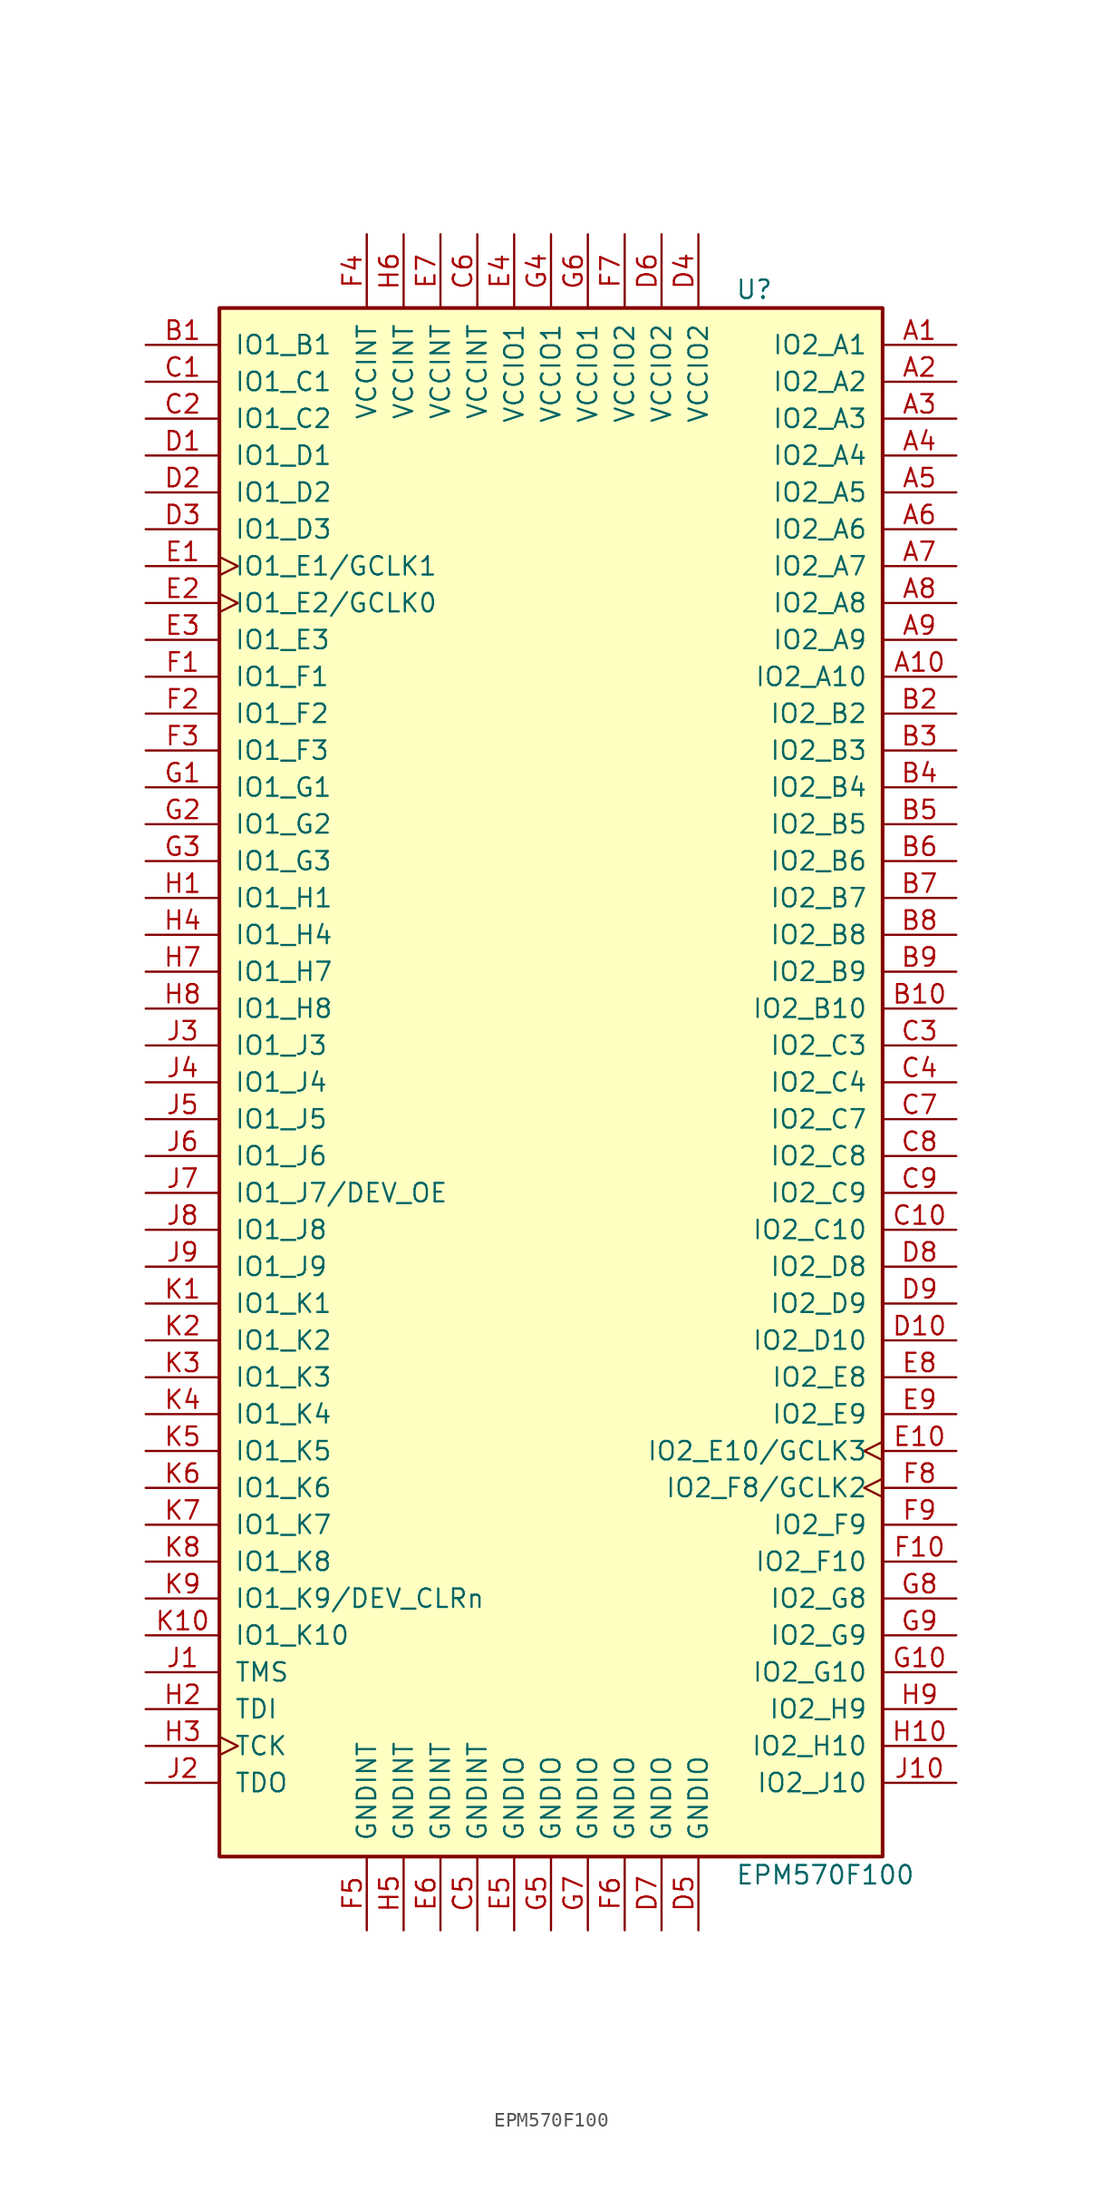
<source format=kicad_sym>
(kicad_symbol_lib
  (version 20211014)
  (generator kicad_symbol_editor)
  (symbol "EPM570F100"
    (pin_names
      (offset 1.016))
    (property "Reference" "U"
      (at 12.7 54.61 0)
      (effects (font (size 1.27 1.27)) (justify left)))
    (property "Value" "EPM570F100"
      (at 12.7 -54.61 0)
      (effects (font (size 1.27 1.27)) (justify left)))
    (property "ki_locked" ""
      (at 0 0 0)
      (effects (font (size 1.27 1.27))))
    (symbol "EPM570F100_1_1"
      (rectangle (start -22.86 53.34) (end 22.86 -53.34) (stroke (width 0.254) (type default) (color 0 0 0 0)) (fill (type background)))
      (pin bidirectional line (at 27.94 50.8 180) (length 5.08) (name "IO2_A1" (effects (font (size 1.27 1.27)))) (number "A1" (effects (font (size 1.27 1.27)))))
      (pin bidirectional line (at 27.94 27.94 180) (length 5.08) (name "IO2_A10" (effects (font (size 1.27 1.27)))) (number "A10" (effects (font (size 1.27 1.27)))))
      (pin bidirectional line (at 27.94 48.26 180) (length 5.08) (name "IO2_A2" (effects (font (size 1.27 1.27)))) (number "A2" (effects (font (size 1.27 1.27)))))
      (pin bidirectional line (at 27.94 45.72 180) (length 5.08) (name "IO2_A3" (effects (font (size 1.27 1.27)))) (number "A3" (effects (font (size 1.27 1.27)))))
      (pin bidirectional line (at 27.94 43.18 180) (length 5.08) (name "IO2_A4" (effects (font (size 1.27 1.27)))) (number "A4" (effects (font (size 1.27 1.27)))))
      (pin bidirectional line (at 27.94 40.64 180) (length 5.08) (name "IO2_A5" (effects (font (size 1.27 1.27)))) (number "A5" (effects (font (size 1.27 1.27)))))
      (pin bidirectional line (at 27.94 38.1 180) (length 5.08) (name "IO2_A6" (effects (font (size 1.27 1.27)))) (number "A6" (effects (font (size 1.27 1.27)))))
      (pin bidirectional line (at 27.94 35.56 180) (length 5.08) (name "IO2_A7" (effects (font (size 1.27 1.27)))) (number "A7" (effects (font (size 1.27 1.27)))))
      (pin bidirectional line (at 27.94 33.02 180) (length 5.08) (name "IO2_A8" (effects (font (size 1.27 1.27)))) (number "A8" (effects (font (size 1.27 1.27)))))
      (pin bidirectional line (at 27.94 30.48 180) (length 5.08) (name "IO2_A9" (effects (font (size 1.27 1.27)))) (number "A9" (effects (font (size 1.27 1.27)))))
      (pin bidirectional line (at -27.94 50.8 0) (length 5.08) (name "IO1_B1" (effects (font (size 1.27 1.27)))) (number "B1" (effects (font (size 1.27 1.27)))))
      (pin bidirectional line (at 27.94 5.08 180) (length 5.08) (name "IO2_B10" (effects (font (size 1.27 1.27)))) (number "B10" (effects (font (size 1.27 1.27)))))
      (pin bidirectional line (at 27.94 25.4 180) (length 5.08) (name "IO2_B2" (effects (font (size 1.27 1.27)))) (number "B2" (effects (font (size 1.27 1.27)))))
      (pin bidirectional line (at 27.94 22.86 180) (length 5.08) (name "IO2_B3" (effects (font (size 1.27 1.27)))) (number "B3" (effects (font (size 1.27 1.27)))))
      (pin bidirectional line (at 27.94 20.32 180) (length 5.08) (name "IO2_B4" (effects (font (size 1.27 1.27)))) (number "B4" (effects (font (size 1.27 1.27)))))
      (pin bidirectional line (at 27.94 17.78 180) (length 5.08) (name "IO2_B5" (effects (font (size 1.27 1.27)))) (number "B5" (effects (font (size 1.27 1.27)))))
      (pin bidirectional line (at 27.94 15.24 180) (length 5.08) (name "IO2_B6" (effects (font (size 1.27 1.27)))) (number "B6" (effects (font (size 1.27 1.27)))))
      (pin bidirectional line (at 27.94 12.7 180) (length 5.08) (name "IO2_B7" (effects (font (size 1.27 1.27)))) (number "B7" (effects (font (size 1.27 1.27)))))
      (pin bidirectional line (at 27.94 10.16 180) (length 5.08) (name "IO2_B8" (effects (font (size 1.27 1.27)))) (number "B8" (effects (font (size 1.27 1.27)))))
      (pin bidirectional line (at 27.94 7.62 180) (length 5.08) (name "IO2_B9" (effects (font (size 1.27 1.27)))) (number "B9" (effects (font (size 1.27 1.27)))))
      (pin bidirectional line (at -27.94 48.26 0) (length 5.08) (name "IO1_C1" (effects (font (size 1.27 1.27)))) (number "C1" (effects (font (size 1.27 1.27)))))
      (pin bidirectional line (at 27.94 -10.16 180) (length 5.08) (name "IO2_C10" (effects (font (size 1.27 1.27)))) (number "C10" (effects (font (size 1.27 1.27)))))
      (pin bidirectional line (at -27.94 45.72 0) (length 5.08) (name "IO1_C2" (effects (font (size 1.27 1.27)))) (number "C2" (effects (font (size 1.27 1.27)))))
      (pin bidirectional line (at 27.94 2.54 180) (length 5.08) (name "IO2_C3" (effects (font (size 1.27 1.27)))) (number "C3" (effects (font (size 1.27 1.27)))))
      (pin bidirectional line (at 27.94 0 180) (length 5.08) (name "IO2_C4" (effects (font (size 1.27 1.27)))) (number "C4" (effects (font (size 1.27 1.27)))))
      (pin power_in line (at -5.08 -58.42 90) (length 5.08) (name "GNDINT" (effects (font (size 1.27 1.27)))) (number "C5" (effects (font (size 1.27 1.27)))))
      (pin power_in line (at -5.08 58.42 270) (length 5.08) (name "VCCINT" (effects (font (size 1.27 1.27)))) (number "C6" (effects (font (size 1.27 1.27)))))
      (pin bidirectional line (at 27.94 -2.54 180) (length 5.08) (name "IO2_C7" (effects (font (size 1.27 1.27)))) (number "C7" (effects (font (size 1.27 1.27)))))
      (pin bidirectional line (at 27.94 -5.08 180) (length 5.08) (name "IO2_C8" (effects (font (size 1.27 1.27)))) (number "C8" (effects (font (size 1.27 1.27)))))
      (pin bidirectional line (at 27.94 -7.62 180) (length 5.08) (name "IO2_C9" (effects (font (size 1.27 1.27)))) (number "C9" (effects (font (size 1.27 1.27)))))
      (pin bidirectional line (at -27.94 43.18 0) (length 5.08) (name "IO1_D1" (effects (font (size 1.27 1.27)))) (number "D1" (effects (font (size 1.27 1.27)))))
      (pin bidirectional line (at 27.94 -17.78 180) (length 5.08) (name "IO2_D10" (effects (font (size 1.27 1.27)))) (number "D10" (effects (font (size 1.27 1.27)))))
      (pin bidirectional line (at -27.94 40.64 0) (length 5.08) (name "IO1_D2" (effects (font (size 1.27 1.27)))) (number "D2" (effects (font (size 1.27 1.27)))))
      (pin bidirectional line (at -27.94 38.1 0) (length 5.08) (name "IO1_D3" (effects (font (size 1.27 1.27)))) (number "D3" (effects (font (size 1.27 1.27)))))
      (pin power_in line (at 10.16 58.42 270) (length 5.08) (name "VCCIO2" (effects (font (size 1.27 1.27)))) (number "D4" (effects (font (size 1.27 1.27)))))
      (pin power_in line (at 10.16 -58.42 90) (length 5.08) (name "GNDIO" (effects (font (size 1.27 1.27)))) (number "D5" (effects (font (size 1.27 1.27)))))
      (pin power_in line (at 7.62 58.42 270) (length 5.08) (name "VCCIO2" (effects (font (size 1.27 1.27)))) (number "D6" (effects (font (size 1.27 1.27)))))
      (pin power_in line (at 7.62 -58.42 90) (length 5.08) (name "GNDIO" (effects (font (size 1.27 1.27)))) (number "D7" (effects (font (size 1.27 1.27)))))
      (pin bidirectional line (at 27.94 -12.7 180) (length 5.08) (name "IO2_D8" (effects (font (size 1.27 1.27)))) (number "D8" (effects (font (size 1.27 1.27)))))
      (pin bidirectional line (at 27.94 -15.24 180) (length 5.08) (name "IO2_D9" (effects (font (size 1.27 1.27)))) (number "D9" (effects (font (size 1.27 1.27)))))
      (pin bidirectional clock (at -27.94 35.56 0) (length 5.08) (name "IO1_E1/GCLK1" (effects (font (size 1.27 1.27)))) (number "E1" (effects (font (size 1.27 1.27)))))
      (pin bidirectional clock (at 27.94 -25.4 180) (length 5.08) (name "IO2_E10/GCLK3" (effects (font (size 1.27 1.27)))) (number "E10" (effects (font (size 1.27 1.27)))))
      (pin bidirectional clock (at -27.94 33.02 0) (length 5.08) (name "IO1_E2/GCLK0" (effects (font (size 1.27 1.27)))) (number "E2" (effects (font (size 1.27 1.27)))))
      (pin bidirectional line (at -27.94 30.48 0) (length 5.08) (name "IO1_E3" (effects (font (size 1.27 1.27)))) (number "E3" (effects (font (size 1.27 1.27)))))
      (pin power_in line (at -2.54 58.42 270) (length 5.08) (name "VCCIO1" (effects (font (size 1.27 1.27)))) (number "E4" (effects (font (size 1.27 1.27)))))
      (pin power_in line (at -2.54 -58.42 90) (length 5.08) (name "GNDIO" (effects (font (size 1.27 1.27)))) (number "E5" (effects (font (size 1.27 1.27)))))
      (pin power_in line (at -7.62 -58.42 90) (length 5.08) (name "GNDINT" (effects (font (size 1.27 1.27)))) (number "E6" (effects (font (size 1.27 1.27)))))
      (pin power_in line (at -7.62 58.42 270) (length 5.08) (name "VCCINT" (effects (font (size 1.27 1.27)))) (number "E7" (effects (font (size 1.27 1.27)))))
      (pin bidirectional line (at 27.94 -20.32 180) (length 5.08) (name "IO2_E8" (effects (font (size 1.27 1.27)))) (number "E8" (effects (font (size 1.27 1.27)))))
      (pin bidirectional line (at 27.94 -22.86 180) (length 5.08) (name "IO2_E9" (effects (font (size 1.27 1.27)))) (number "E9" (effects (font (size 1.27 1.27)))))
      (pin bidirectional line (at -27.94 27.94 0) (length 5.08) (name "IO1_F1" (effects (font (size 1.27 1.27)))) (number "F1" (effects (font (size 1.27 1.27)))))
      (pin bidirectional line (at 27.94 -33.02 180) (length 5.08) (name "IO2_F10" (effects (font (size 1.27 1.27)))) (number "F10" (effects (font (size 1.27 1.27)))))
      (pin bidirectional line (at -27.94 25.4 0) (length 5.08) (name "IO1_F2" (effects (font (size 1.27 1.27)))) (number "F2" (effects (font (size 1.27 1.27)))))
      (pin bidirectional line (at -27.94 22.86 0) (length 5.08) (name "IO1_F3" (effects (font (size 1.27 1.27)))) (number "F3" (effects (font (size 1.27 1.27)))))
      (pin power_in line (at -12.7 58.42 270) (length 5.08) (name "VCCINT" (effects (font (size 1.27 1.27)))) (number "F4" (effects (font (size 1.27 1.27)))))
      (pin power_in line (at -12.7 -58.42 90) (length 5.08) (name "GNDINT" (effects (font (size 1.27 1.27)))) (number "F5" (effects (font (size 1.27 1.27)))))
      (pin power_in line (at 5.08 -58.42 90) (length 5.08) (name "GNDIO" (effects (font (size 1.27 1.27)))) (number "F6" (effects (font (size 1.27 1.27)))))
      (pin power_in line (at 5.08 58.42 270) (length 5.08) (name "VCCIO2" (effects (font (size 1.27 1.27)))) (number "F7" (effects (font (size 1.27 1.27)))))
      (pin bidirectional clock (at 27.94 -27.94 180) (length 5.08) (name "IO2_F8/GCLK2" (effects (font (size 1.27 1.27)))) (number "F8" (effects (font (size 1.27 1.27)))))
      (pin bidirectional line (at 27.94 -30.48 180) (length 5.08) (name "IO2_F9" (effects (font (size 1.27 1.27)))) (number "F9" (effects (font (size 1.27 1.27)))))
      (pin bidirectional line (at -27.94 20.32 0) (length 5.08) (name "IO1_G1" (effects (font (size 1.27 1.27)))) (number "G1" (effects (font (size 1.27 1.27)))))
      (pin bidirectional line (at 27.94 -40.64 180) (length 5.08) (name "IO2_G10" (effects (font (size 1.27 1.27)))) (number "G10" (effects (font (size 1.27 1.27)))))
      (pin bidirectional line (at -27.94 17.78 0) (length 5.08) (name "IO1_G2" (effects (font (size 1.27 1.27)))) (number "G2" (effects (font (size 1.27 1.27)))))
      (pin bidirectional line (at -27.94 15.24 0) (length 5.08) (name "IO1_G3" (effects (font (size 1.27 1.27)))) (number "G3" (effects (font (size 1.27 1.27)))))
      (pin power_in line (at 0 58.42 270) (length 5.08) (name "VCCIO1" (effects (font (size 1.27 1.27)))) (number "G4" (effects (font (size 1.27 1.27)))))
      (pin power_in line (at 0 -58.42 90) (length 5.08) (name "GNDIO" (effects (font (size 1.27 1.27)))) (number "G5" (effects (font (size 1.27 1.27)))))
      (pin power_in line (at 2.54 58.42 270) (length 5.08) (name "VCCIO1" (effects (font (size 1.27 1.27)))) (number "G6" (effects (font (size 1.27 1.27)))))
      (pin power_in line (at 2.54 -58.42 90) (length 5.08) (name "GNDIO" (effects (font (size 1.27 1.27)))) (number "G7" (effects (font (size 1.27 1.27)))))
      (pin bidirectional line (at 27.94 -35.56 180) (length 5.08) (name "IO2_G8" (effects (font (size 1.27 1.27)))) (number "G8" (effects (font (size 1.27 1.27)))))
      (pin bidirectional line (at 27.94 -38.1 180) (length 5.08) (name "IO2_G9" (effects (font (size 1.27 1.27)))) (number "G9" (effects (font (size 1.27 1.27)))))
      (pin bidirectional line (at -27.94 12.7 0) (length 5.08) (name "IO1_H1" (effects (font (size 1.27 1.27)))) (number "H1" (effects (font (size 1.27 1.27)))))
      (pin bidirectional line (at 27.94 -45.72 180) (length 5.08) (name "IO2_H10" (effects (font (size 1.27 1.27)))) (number "H10" (effects (font (size 1.27 1.27)))))
      (pin input line (at -27.94 -43.18 0) (length 5.08) (name "TDI" (effects (font (size 1.27 1.27)))) (number "H2" (effects (font (size 1.27 1.27)))))
      (pin input clock (at -27.94 -45.72 0) (length 5.08) (name "TCK" (effects (font (size 1.27 1.27)))) (number "H3" (effects (font (size 1.27 1.27)))))
      (pin bidirectional line (at -27.94 10.16 0) (length 5.08) (name "IO1_H4" (effects (font (size 1.27 1.27)))) (number "H4" (effects (font (size 1.27 1.27)))))
      (pin power_in line (at -10.16 -58.42 90) (length 5.08) (name "GNDINT" (effects (font (size 1.27 1.27)))) (number "H5" (effects (font (size 1.27 1.27)))))
      (pin power_in line (at -10.16 58.42 270) (length 5.08) (name "VCCINT" (effects (font (size 1.27 1.27)))) (number "H6" (effects (font (size 1.27 1.27)))))
      (pin bidirectional line (at -27.94 7.62 0) (length 5.08) (name "IO1_H7" (effects (font (size 1.27 1.27)))) (number "H7" (effects (font (size 1.27 1.27)))))
      (pin bidirectional line (at -27.94 5.08 0) (length 5.08) (name "IO1_H8" (effects (font (size 1.27 1.27)))) (number "H8" (effects (font (size 1.27 1.27)))))
      (pin bidirectional line (at 27.94 -43.18 180) (length 5.08) (name "IO2_H9" (effects (font (size 1.27 1.27)))) (number "H9" (effects (font (size 1.27 1.27)))))
      (pin input line (at -27.94 -40.64 0) (length 5.08) (name "TMS" (effects (font (size 1.27 1.27)))) (number "J1" (effects (font (size 1.27 1.27)))))
      (pin bidirectional line (at 27.94 -48.26 180) (length 5.08) (name "IO2_J10" (effects (font (size 1.27 1.27)))) (number "J10" (effects (font (size 1.27 1.27)))))
      (pin output line (at -27.94 -48.26 0) (length 5.08) (name "TDO" (effects (font (size 1.27 1.27)))) (number "J2" (effects (font (size 1.27 1.27)))))
      (pin bidirectional line (at -27.94 2.54 0) (length 5.08) (name "IO1_J3" (effects (font (size 1.27 1.27)))) (number "J3" (effects (font (size 1.27 1.27)))))
      (pin bidirectional line (at -27.94 0 0) (length 5.08) (name "IO1_J4" (effects (font (size 1.27 1.27)))) (number "J4" (effects (font (size 1.27 1.27)))))
      (pin bidirectional line (at -27.94 -2.54 0) (length 5.08) (name "IO1_J5" (effects (font (size 1.27 1.27)))) (number "J5" (effects (font (size 1.27 1.27)))))
      (pin bidirectional line (at -27.94 -5.08 0) (length 5.08) (name "IO1_J6" (effects (font (size 1.27 1.27)))) (number "J6" (effects (font (size 1.27 1.27)))))
      (pin bidirectional line (at -27.94 -7.62 0) (length 5.08) (name "IO1_J7/DEV_OE" (effects (font (size 1.27 1.27)))) (number "J7" (effects (font (size 1.27 1.27)))))
      (pin bidirectional line (at -27.94 -10.16 0) (length 5.08) (name "IO1_J8" (effects (font (size 1.27 1.27)))) (number "J8" (effects (font (size 1.27 1.27)))))
      (pin bidirectional line (at -27.94 -12.7 0) (length 5.08) (name "IO1_J9" (effects (font (size 1.27 1.27)))) (number "J9" (effects (font (size 1.27 1.27)))))
      (pin bidirectional line (at -27.94 -15.24 0) (length 5.08) (name "IO1_K1" (effects (font (size 1.27 1.27)))) (number "K1" (effects (font (size 1.27 1.27)))))
      (pin bidirectional line (at -27.94 -38.1 0) (length 5.08) (name "IO1_K10" (effects (font (size 1.27 1.27)))) (number "K10" (effects (font (size 1.27 1.27)))))
      (pin bidirectional line (at -27.94 -17.78 0) (length 5.08) (name "IO1_K2" (effects (font (size 1.27 1.27)))) (number "K2" (effects (font (size 1.27 1.27)))))
      (pin bidirectional line (at -27.94 -20.32 0) (length 5.08) (name "IO1_K3" (effects (font (size 1.27 1.27)))) (number "K3" (effects (font (size 1.27 1.27)))))
      (pin bidirectional line (at -27.94 -22.86 0) (length 5.08) (name "IO1_K4" (effects (font (size 1.27 1.27)))) (number "K4" (effects (font (size 1.27 1.27)))))
      (pin bidirectional line (at -27.94 -25.4 0) (length 5.08) (name "IO1_K5" (effects (font (size 1.27 1.27)))) (number "K5" (effects (font (size 1.27 1.27)))))
      (pin bidirectional line (at -27.94 -27.94 0) (length 5.08) (name "IO1_K6" (effects (font (size 1.27 1.27)))) (number "K6" (effects (font (size 1.27 1.27)))))
      (pin bidirectional line (at -27.94 -30.48 0) (length 5.08) (name "IO1_K7" (effects (font (size 1.27 1.27)))) (number "K7" (effects (font (size 1.27 1.27)))))
      (pin bidirectional line (at -27.94 -33.02 0) (length 5.08) (name "IO1_K8" (effects (font (size 1.27 1.27)))) (number "K8" (effects (font (size 1.27 1.27)))))
      (pin bidirectional line (at -27.94 -35.56 0) (length 5.08) (name "IO1_K9/DEV_CLRn" (effects (font (size 1.27 1.27)))) (number "K9" (effects (font (size 1.27 1.27))))))))
</source>
